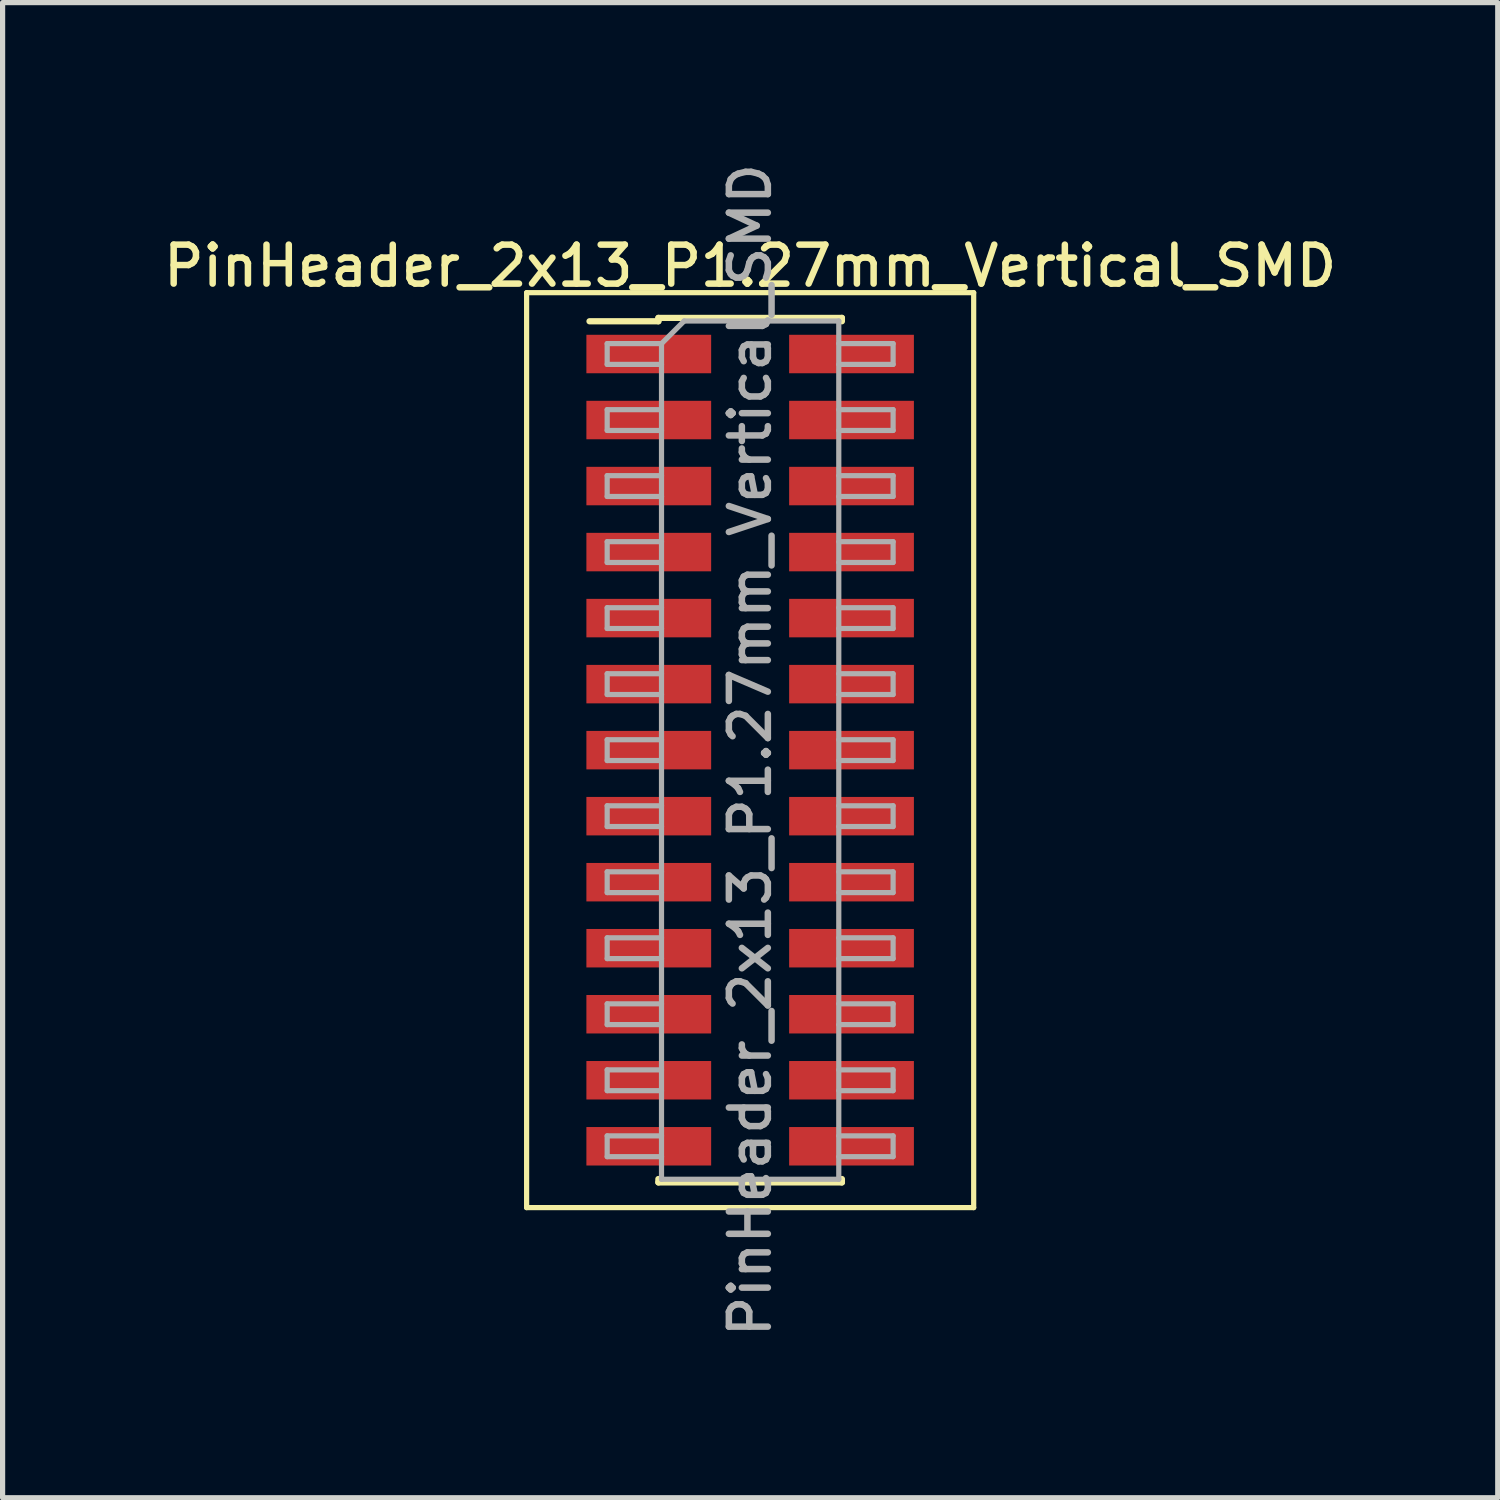
<source format=kicad_pcb>
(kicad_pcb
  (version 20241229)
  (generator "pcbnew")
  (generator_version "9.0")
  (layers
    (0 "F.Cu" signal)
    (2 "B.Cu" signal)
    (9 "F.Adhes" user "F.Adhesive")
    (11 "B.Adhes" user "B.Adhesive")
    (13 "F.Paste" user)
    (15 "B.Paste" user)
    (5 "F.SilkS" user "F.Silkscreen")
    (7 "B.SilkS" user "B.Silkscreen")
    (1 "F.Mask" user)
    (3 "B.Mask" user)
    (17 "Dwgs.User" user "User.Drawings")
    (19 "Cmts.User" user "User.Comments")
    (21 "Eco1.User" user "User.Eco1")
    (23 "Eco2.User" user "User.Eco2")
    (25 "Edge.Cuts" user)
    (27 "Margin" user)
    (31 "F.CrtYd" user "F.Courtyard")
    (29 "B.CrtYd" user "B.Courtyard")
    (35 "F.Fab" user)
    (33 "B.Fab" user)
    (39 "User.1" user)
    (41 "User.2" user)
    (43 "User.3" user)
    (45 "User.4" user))
  (footprint "PinHeader_2x13_P1.27mm_Vertical_SMD"
    (layer "F.Cu")
    (at 11.38 11.38)
    (property "Reference" "PinHeader_2x13_P1.27mm_Vertical_SMD" (at 0 -9.315 0) (layer "F.SilkS") (effects (font (size 0.75 0.75) (thickness 0.125))))
    (attr smd)
    (fp_line (start -4.3 -8.8) (end -4.3 8.8) (stroke (width 0.1) (type solid)) (layer "F.SilkS"))
    (fp_line (start -4.3 8.8) (end 4.3 8.8) (stroke (width 0.1) (type solid)) (layer "F.SilkS"))
    (fp_line (start -3.09 -8.25) (end -1.765 -8.25) (stroke (width 0.12) (type solid)) (layer "F.SilkS"))
    (fp_line (start -1.765 -8.315) (end -1.765 -8.25) (stroke (width 0.12) (type solid)) (layer "F.SilkS"))
    (fp_line (start -1.765 -8.315) (end 1.765 -8.315) (stroke (width 0.12) (type solid)) (layer "F.SilkS"))
    (fp_line (start -1.765 8.25) (end -1.765 8.315) (stroke (width 0.12) (type solid)) (layer "F.SilkS"))
    (fp_line (start -1.765 8.315) (end 1.765 8.315) (stroke (width 0.12) (type solid)) (layer "F.SilkS"))
    (fp_line (start 1.765 -8.315) (end 1.765 -8.25) (stroke (width 0.12) (type solid)) (layer "F.SilkS"))
    (fp_line (start 1.765 8.25) (end 1.765 8.315) (stroke (width 0.12) (type solid)) (layer "F.SilkS"))
    (fp_line (start 4.3 -8.8) (end -4.3 -8.8) (stroke (width 0.1) (type solid)) (layer "F.SilkS"))
    (fp_line (start 4.3 8.8) (end 4.3 -8.8) (stroke (width 0.1) (type solid)) (layer "F.SilkS"))
    (fp_line (start -2.75 -7.82) (end -2.75 -7.42) (stroke (width 0.1) (type solid)) (layer "F.Fab"))
    (fp_line (start -2.75 -7.42) (end -1.705 -7.42) (stroke (width 0.1) (type solid)) (layer "F.Fab"))
    (fp_line (start -2.75 -6.55) (end -2.75 -6.15) (stroke (width 0.1) (type solid)) (layer "F.Fab"))
    (fp_line (start -2.75 -6.15) (end -1.705 -6.15) (stroke (width 0.1) (type solid)) (layer "F.Fab"))
    (fp_line (start -2.75 -5.28) (end -2.75 -4.88) (stroke (width 0.1) (type solid)) (layer "F.Fab"))
    (fp_line (start -2.75 -4.88) (end -1.705 -4.88) (stroke (width 0.1) (type solid)) (layer "F.Fab"))
    (fp_line (start -2.75 -4.01) (end -2.75 -3.61) (stroke (width 0.1) (type solid)) (layer "F.Fab"))
    (fp_line (start -2.75 -3.61) (end -1.705 -3.61) (stroke (width 0.1) (type solid)) (layer "F.Fab"))
    (fp_line (start -2.75 -2.74) (end -2.75 -2.34) (stroke (width 0.1) (type solid)) (layer "F.Fab"))
    (fp_line (start -2.75 -2.34) (end -1.705 -2.34) (stroke (width 0.1) (type solid)) (layer "F.Fab"))
    (fp_line (start -2.75 -1.47) (end -2.75 -1.07) (stroke (width 0.1) (type solid)) (layer "F.Fab"))
    (fp_line (start -2.75 -1.07) (end -1.705 -1.07) (stroke (width 0.1) (type solid)) (layer "F.Fab"))
    (fp_line (start -2.75 -0.2) (end -2.75 0.2) (stroke (width 0.1) (type solid)) (layer "F.Fab"))
    (fp_line (start -2.75 0.2) (end -1.705 0.2) (stroke (width 0.1) (type solid)) (layer "F.Fab"))
    (fp_line (start -2.75 1.07) (end -2.75 1.47) (stroke (width 0.1) (type solid)) (layer "F.Fab"))
    (fp_line (start -2.75 1.47) (end -1.705 1.47) (stroke (width 0.1) (type solid)) (layer "F.Fab"))
    (fp_line (start -2.75 2.34) (end -2.75 2.74) (stroke (width 0.1) (type solid)) (layer "F.Fab"))
    (fp_line (start -2.75 2.74) (end -1.705 2.74) (stroke (width 0.1) (type solid)) (layer "F.Fab"))
    (fp_line (start -2.75 3.61) (end -2.75 4.01) (stroke (width 0.1) (type solid)) (layer "F.Fab"))
    (fp_line (start -2.75 4.01) (end -1.705 4.01) (stroke (width 0.1) (type solid)) (layer "F.Fab"))
    (fp_line (start -2.75 4.88) (end -2.75 5.28) (stroke (width 0.1) (type solid)) (layer "F.Fab"))
    (fp_line (start -2.75 5.28) (end -1.705 5.28) (stroke (width 0.1) (type solid)) (layer "F.Fab"))
    (fp_line (start -2.75 6.15) (end -2.75 6.55) (stroke (width 0.1) (type solid)) (layer "F.Fab"))
    (fp_line (start -2.75 6.55) (end -1.705 6.55) (stroke (width 0.1) (type solid)) (layer "F.Fab"))
    (fp_line (start -2.75 7.42) (end -2.75 7.82) (stroke (width 0.1) (type solid)) (layer "F.Fab"))
    (fp_line (start -2.75 7.82) (end -1.705 7.82) (stroke (width 0.1) (type solid)) (layer "F.Fab"))
    (fp_line (start -1.705 -7.82) (end -2.75 -7.82) (stroke (width 0.1) (type solid)) (layer "F.Fab"))
    (fp_line (start -1.705 -7.82) (end -1.27 -8.255) (stroke (width 0.1) (type solid)) (layer "F.Fab"))
    (fp_line (start -1.705 -6.55) (end -2.75 -6.55) (stroke (width 0.1) (type solid)) (layer "F.Fab"))
    (fp_line (start -1.705 -5.28) (end -2.75 -5.28) (stroke (width 0.1) (type solid)) (layer "F.Fab"))
    (fp_line (start -1.705 -4.01) (end -2.75 -4.01) (stroke (width 0.1) (type solid)) (layer "F.Fab"))
    (fp_line (start -1.705 -2.74) (end -2.75 -2.74) (stroke (width 0.1) (type solid)) (layer "F.Fab"))
    (fp_line (start -1.705 -1.47) (end -2.75 -1.47) (stroke (width 0.1) (type solid)) (layer "F.Fab"))
    (fp_line (start -1.705 -0.2) (end -2.75 -0.2) (stroke (width 0.1) (type solid)) (layer "F.Fab"))
    (fp_line (start -1.705 1.07) (end -2.75 1.07) (stroke (width 0.1) (type solid)) (layer "F.Fab"))
    (fp_line (start -1.705 2.34) (end -2.75 2.34) (stroke (width 0.1) (type solid)) (layer "F.Fab"))
    (fp_line (start -1.705 3.61) (end -2.75 3.61) (stroke (width 0.1) (type solid)) (layer "F.Fab"))
    (fp_line (start -1.705 4.88) (end -2.75 4.88) (stroke (width 0.1) (type solid)) (layer "F.Fab"))
    (fp_line (start -1.705 6.15) (end -2.75 6.15) (stroke (width 0.1) (type solid)) (layer "F.Fab"))
    (fp_line (start -1.705 7.42) (end -2.75 7.42) (stroke (width 0.1) (type solid)) (layer "F.Fab"))
    (fp_line (start -1.705 8.255) (end -1.705 -7.82) (stroke (width 0.1) (type solid)) (layer "F.Fab"))
    (fp_line (start -1.27 -8.255) (end 1.705 -8.255) (stroke (width 0.1) (type solid)) (layer "F.Fab"))
    (fp_line (start 1.705 -8.255) (end 1.705 8.255) (stroke (width 0.1) (type solid)) (layer "F.Fab"))
    (fp_line (start 1.705 -7.82) (end 2.75 -7.82) (stroke (width 0.1) (type solid)) (layer "F.Fab"))
    (fp_line (start 1.705 -6.55) (end 2.75 -6.55) (stroke (width 0.1) (type solid)) (layer "F.Fab"))
    (fp_line (start 1.705 -5.28) (end 2.75 -5.28) (stroke (width 0.1) (type solid)) (layer "F.Fab"))
    (fp_line (start 1.705 -4.01) (end 2.75 -4.01) (stroke (width 0.1) (type solid)) (layer "F.Fab"))
    (fp_line (start 1.705 -2.74) (end 2.75 -2.74) (stroke (width 0.1) (type solid)) (layer "F.Fab"))
    (fp_line (start 1.705 -1.47) (end 2.75 -1.47) (stroke (width 0.1) (type solid)) (layer "F.Fab"))
    (fp_line (start 1.705 -0.2) (end 2.75 -0.2) (stroke (width 0.1) (type solid)) (layer "F.Fab"))
    (fp_line (start 1.705 1.07) (end 2.75 1.07) (stroke (width 0.1) (type solid)) (layer "F.Fab"))
    (fp_line (start 1.705 2.34) (end 2.75 2.34) (stroke (width 0.1) (type solid)) (layer "F.Fab"))
    (fp_line (start 1.705 3.61) (end 2.75 3.61) (stroke (width 0.1) (type solid)) (layer "F.Fab"))
    (fp_line (start 1.705 4.88) (end 2.75 4.88) (stroke (width 0.1) (type solid)) (layer "F.Fab"))
    (fp_line (start 1.705 6.15) (end 2.75 6.15) (stroke (width 0.1) (type solid)) (layer "F.Fab"))
    (fp_line (start 1.705 7.42) (end 2.75 7.42) (stroke (width 0.1) (type solid)) (layer "F.Fab"))
    (fp_line (start 1.705 8.255) (end -1.705 8.255) (stroke (width 0.1) (type solid)) (layer "F.Fab"))
    (fp_line (start 2.75 -7.82) (end 2.75 -7.42) (stroke (width 0.1) (type solid)) (layer "F.Fab"))
    (fp_line (start 2.75 -7.42) (end 1.705 -7.42) (stroke (width 0.1) (type solid)) (layer "F.Fab"))
    (fp_line (start 2.75 -6.55) (end 2.75 -6.15) (stroke (width 0.1) (type solid)) (layer "F.Fab"))
    (fp_line (start 2.75 -6.15) (end 1.705 -6.15) (stroke (width 0.1) (type solid)) (layer "F.Fab"))
    (fp_line (start 2.75 -5.28) (end 2.75 -4.88) (stroke (width 0.1) (type solid)) (layer "F.Fab"))
    (fp_line (start 2.75 -4.88) (end 1.705 -4.88) (stroke (width 0.1) (type solid)) (layer "F.Fab"))
    (fp_line (start 2.75 -4.01) (end 2.75 -3.61) (stroke (width 0.1) (type solid)) (layer "F.Fab"))
    (fp_line (start 2.75 -3.61) (end 1.705 -3.61) (stroke (width 0.1) (type solid)) (layer "F.Fab"))
    (fp_line (start 2.75 -2.74) (end 2.75 -2.34) (stroke (width 0.1) (type solid)) (layer "F.Fab"))
    (fp_line (start 2.75 -2.34) (end 1.705 -2.34) (stroke (width 0.1) (type solid)) (layer "F.Fab"))
    (fp_line (start 2.75 -1.47) (end 2.75 -1.07) (stroke (width 0.1) (type solid)) (layer "F.Fab"))
    (fp_line (start 2.75 -1.07) (end 1.705 -1.07) (stroke (width 0.1) (type solid)) (layer "F.Fab"))
    (fp_line (start 2.75 -0.2) (end 2.75 0.2) (stroke (width 0.1) (type solid)) (layer "F.Fab"))
    (fp_line (start 2.75 0.2) (end 1.705 0.2) (stroke (width 0.1) (type solid)) (layer "F.Fab"))
    (fp_line (start 2.75 1.07) (end 2.75 1.47) (stroke (width 0.1) (type solid)) (layer "F.Fab"))
    (fp_line (start 2.75 1.47) (end 1.705 1.47) (stroke (width 0.1) (type solid)) (layer "F.Fab"))
    (fp_line (start 2.75 2.34) (end 2.75 2.74) (stroke (width 0.1) (type solid)) (layer "F.Fab"))
    (fp_line (start 2.75 2.74) (end 1.705 2.74) (stroke (width 0.1) (type solid)) (layer "F.Fab"))
    (fp_line (start 2.75 3.61) (end 2.75 4.01) (stroke (width 0.1) (type solid)) (layer "F.Fab"))
    (fp_line (start 2.75 4.01) (end 1.705 4.01) (stroke (width 0.1) (type solid)) (layer "F.Fab"))
    (fp_line (start 2.75 4.88) (end 2.75 5.28) (stroke (width 0.1) (type solid)) (layer "F.Fab"))
    (fp_line (start 2.75 5.28) (end 1.705 5.28) (stroke (width 0.1) (type solid)) (layer "F.Fab"))
    (fp_line (start 2.75 6.15) (end 2.75 6.55) (stroke (width 0.1) (type solid)) (layer "F.Fab"))
    (fp_line (start 2.75 6.55) (end 1.705 6.55) (stroke (width 0.1) (type solid)) (layer "F.Fab"))
    (fp_line (start 2.75 7.42) (end 2.75 7.82) (stroke (width 0.1) (type solid)) (layer "F.Fab"))
    (fp_line (start 2.75 7.82) (end 1.705 7.82) (stroke (width 0.1) (type solid)) (layer "F.Fab"))
    (fp_text user "${REFERENCE}" (at 0 0 90) (layer "F.Fab") (effects (font (size 0.75 0.75) (thickness 0.125))))
    (pad "1" smd rect (at -1.95 -7.62) (size 2.4 0.74) (layers "F.Cu" "F.Mask" "F.Paste"))
    (pad "2" smd rect (at 1.95 -7.62) (size 2.4 0.74) (layers "F.Cu" "F.Mask" "F.Paste"))
    (pad "3" smd rect (at -1.95 -6.35) (size 2.4 0.74) (layers "F.Cu" "F.Mask" "F.Paste"))
    (pad "4" smd rect (at 1.95 -6.35) (size 2.4 0.74) (layers "F.Cu" "F.Mask" "F.Paste"))
    (pad "5" smd rect (at -1.95 -5.08) (size 2.4 0.74) (layers "F.Cu" "F.Mask" "F.Paste"))
    (pad "6" smd rect (at 1.95 -5.08) (size 2.4 0.74) (layers "F.Cu" "F.Mask" "F.Paste"))
    (pad "7" smd rect (at -1.95 -3.81) (size 2.4 0.74) (layers "F.Cu" "F.Mask" "F.Paste"))
    (pad "8" smd rect (at 1.95 -3.81) (size 2.4 0.74) (layers "F.Cu" "F.Mask" "F.Paste"))
    (pad "9" smd rect (at -1.95 -2.54) (size 2.4 0.74) (layers "F.Cu" "F.Mask" "F.Paste"))
    (pad "10" smd rect (at 1.95 -2.54) (size 2.4 0.74) (layers "F.Cu" "F.Mask" "F.Paste"))
    (pad "11" smd rect (at -1.95 -1.27) (size 2.4 0.74) (layers "F.Cu" "F.Mask" "F.Paste"))
    (pad "12" smd rect (at 1.95 -1.27) (size 2.4 0.74) (layers "F.Cu" "F.Mask" "F.Paste"))
    (pad "13" smd rect (at -1.95 0) (size 2.4 0.74) (layers "F.Cu" "F.Mask" "F.Paste"))
    (pad "14" smd rect (at 1.95 0) (size 2.4 0.74) (layers "F.Cu" "F.Mask" "F.Paste"))
    (pad "15" smd rect (at -1.95 1.27) (size 2.4 0.74) (layers "F.Cu" "F.Mask" "F.Paste"))
    (pad "16" smd rect (at 1.95 1.27) (size 2.4 0.74) (layers "F.Cu" "F.Mask" "F.Paste"))
    (pad "17" smd rect (at -1.95 2.54) (size 2.4 0.74) (layers "F.Cu" "F.Mask" "F.Paste"))
    (pad "18" smd rect (at 1.95 2.54) (size 2.4 0.74) (layers "F.Cu" "F.Mask" "F.Paste"))
    (pad "19" smd rect (at -1.95 3.81) (size 2.4 0.74) (layers "F.Cu" "F.Mask" "F.Paste"))
    (pad "20" smd rect (at 1.95 3.81) (size 2.4 0.74) (layers "F.Cu" "F.Mask" "F.Paste"))
    (pad "21" smd rect (at -1.95 5.08) (size 2.4 0.74) (layers "F.Cu" "F.Mask" "F.Paste"))
    (pad "22" smd rect (at 1.95 5.08) (size 2.4 0.74) (layers "F.Cu" "F.Mask" "F.Paste"))
    (pad "23" smd rect (at -1.95 6.35) (size 2.4 0.74) (layers "F.Cu" "F.Mask" "F.Paste"))
    (pad "24" smd rect (at 1.95 6.35) (size 2.4 0.74) (layers "F.Cu" "F.Mask" "F.Paste"))
    (pad "25" smd rect (at -1.95 7.62) (size 2.4 0.74) (layers "F.Cu" "F.Mask" "F.Paste"))
    (pad "26" smd rect (at 1.95 7.62) (size 2.4 0.74) (layers "F.Cu" "F.Mask" "F.Paste")))
  (gr_rect
    (start -3 -3)
    (end 25.761 25.761)
    (stroke (width 0.1) (type default))
    (fill no)
    (layer "Edge.Cuts")))
</source>
